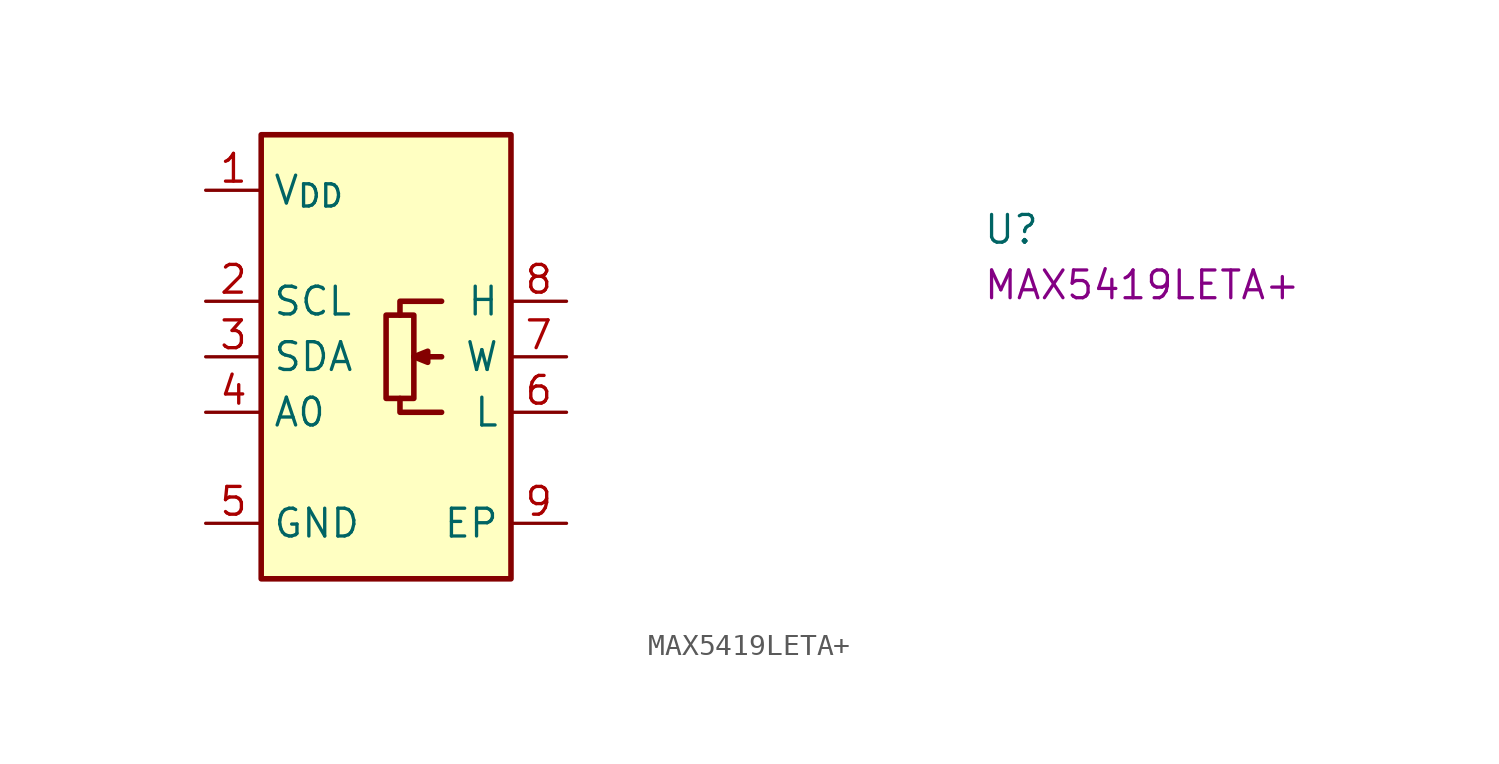
<source format=kicad_sym>
(kicad_symbol_lib
  (version 20220914)
  (generator kicad_symbol_editor)
  (symbol "MAX5419LETA+"
    (property "Reference" "U"
      (at 35.56 -2.54 0)
      (effects (font (size 1.27 1.27) (thickness 0.15)) (justify left bottom)))
    (property "MPN" "MAX5419LETA+"
      (at 35.56 -5.08 0)
      (effects (font (size 1.27 1.27) (thickness 0.15)) (justify left bottom)))
    (symbol "MAX5419LETA+_1_1"
      (polyline (pts (xy 10.795 -7.62) (xy 9.525 -7.62)) (stroke (width 0.254) (type default)) (fill (type background)))
      (polyline (pts (xy 8.89 -9.525) (xy 8.89 -10.16) (xy 10.795 -10.16)) (stroke (width 0.254) (type default)) (fill (type background)))
      (polyline (pts (xy 10.795 -5.08) (xy 8.89 -5.08) (xy 8.89 -5.715)) (stroke (width 0.254) (type default)) (fill (type background)))
      (polyline (pts (xy 9.525 -7.62) (xy 10.16 -7.366) (xy 10.16 -7.874) (xy 9.525 -7.62)) (stroke (width 0.254) (type default)) (fill (type background)))
      (rectangle (start 2.54 2.54) (end 13.97 -17.78) (stroke (width 0.254) (type default)) (fill (type background)))
      (rectangle (start 9.525 -5.715) (end 8.255 -9.525) (stroke (width 0.254) (type default)) (fill (type background)))
      (pin power_in line (at 0 0 0) (length 2.54) (name "V_{DD}" (effects (font (size 1.27 1.27)))) (number "1" (effects (font (size 1.27 1.27)))))
      (pin input line (at 0 -5.08 0) (length 2.54) (name "SCL" (effects (font (size 1.27 1.27)))) (number "2" (effects (font (size 1.27 1.27)))) (alternate "NC" no_connect line))
      (pin bidirectional line (at 0 -7.62 0) (length 2.54) (name "SDA" (effects (font (size 1.27 1.27)))) (number "3" (effects (font (size 1.27 1.27)))) (alternate "SDA" bidirectional line))
      (pin passive line (at 0 -10.16 0) (length 2.54) (name "A0" (effects (font (size 1.27 1.27)))) (number "4" (effects (font (size 1.27 1.27)))) (alternate "SCL" input line))
      (pin power_in line (at 0 -15.24 0) (length 2.54) (name "GND" (effects (font (size 1.27 1.27)))) (number "5" (effects (font (size 1.27 1.27)))))
      (pin passive line (at 16.51 -10.16 180) (length 2.54) (name "L" (effects (font (size 1.27 1.27)))) (number "6" (effects (font (size 1.27 1.27)))))
      (pin passive line (at 16.51 -7.62 180) (length 2.54) (name "W" (effects (font (size 1.27 1.27)))) (number "7" (effects (font (size 1.27 1.27)))))
      (pin passive line (at 16.51 -5.08 180) (length 2.54) (name "H" (effects (font (size 1.27 1.27)))) (number "8" (effects (font (size 1.27 1.27)))))
      (pin power_in line (at 16.51 -15.24 180) (length 2.54) (name "EP" (effects (font (size 1.27 1.27)))) (number "9" (effects (font (size 1.27 1.27))))))))
</source>
